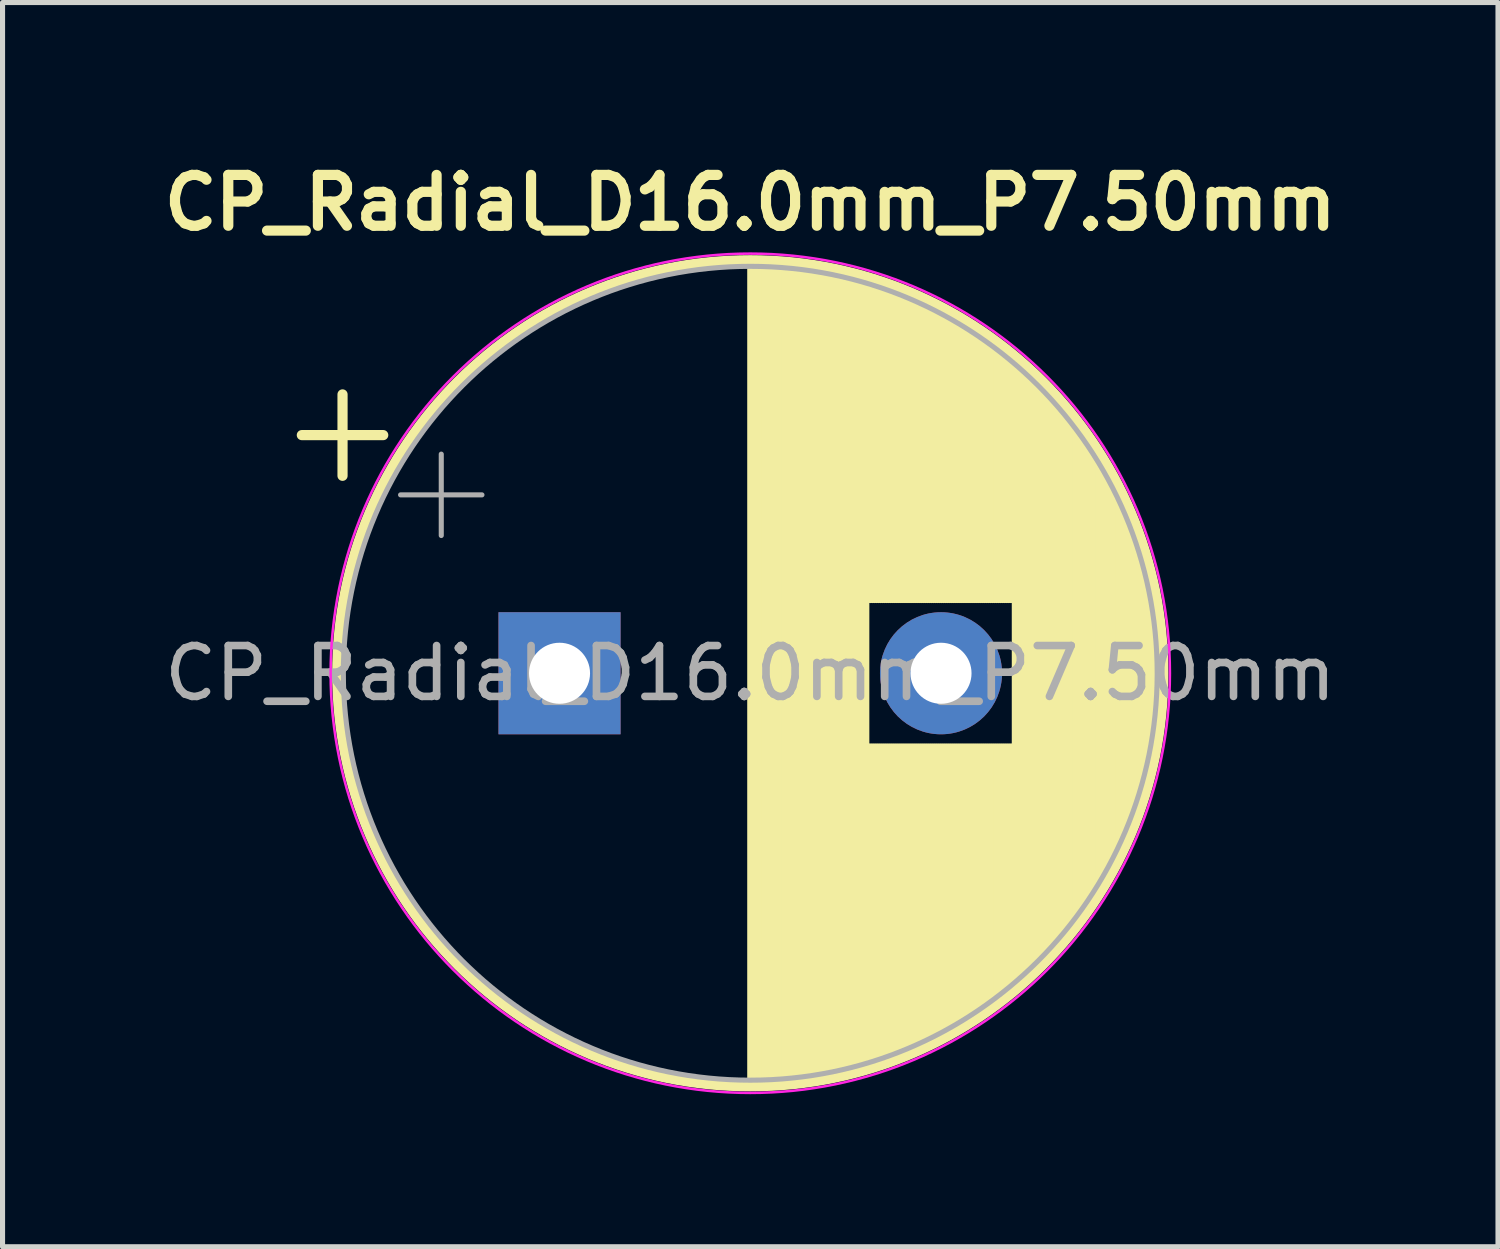
<source format=kicad_pcb>
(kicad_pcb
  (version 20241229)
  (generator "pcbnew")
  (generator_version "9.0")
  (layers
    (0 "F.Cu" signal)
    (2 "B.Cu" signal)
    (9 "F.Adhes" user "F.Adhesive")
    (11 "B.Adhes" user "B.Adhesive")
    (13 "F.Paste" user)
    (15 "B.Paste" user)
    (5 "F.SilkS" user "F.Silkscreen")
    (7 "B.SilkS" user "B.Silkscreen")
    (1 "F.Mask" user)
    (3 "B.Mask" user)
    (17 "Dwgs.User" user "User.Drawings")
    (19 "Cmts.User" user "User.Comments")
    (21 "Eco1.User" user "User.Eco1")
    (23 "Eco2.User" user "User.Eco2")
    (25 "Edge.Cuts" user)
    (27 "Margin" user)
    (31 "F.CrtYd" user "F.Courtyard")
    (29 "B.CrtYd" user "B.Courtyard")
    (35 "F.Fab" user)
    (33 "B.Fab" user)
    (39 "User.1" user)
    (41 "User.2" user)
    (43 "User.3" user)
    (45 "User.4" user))
  (footprint "CP_Radial_D16.0mm_P7.50mm"
    (layer "F.Cu")
    (at 7.95 10.186)
    (property "Reference" "CP_Radial_D16.0mm_P7.50mm" (at 3.75 -9.25 0) (layer "F.SilkS") (effects (font (size 1 1) (thickness 0.2))))
    (attr through_hole)
    (fp_line (start -5.066 -4.682) (end -3.466 -4.682) (stroke (width 0.2) (type solid)) (layer "F.SilkS"))
    (fp_line (start -4.266 -5.482) (end -4.266 -3.882) (stroke (width 0.2) (type solid)) (layer "F.SilkS"))
    (fp_line (start 3.75 -8.081) (end 3.75 8.081) (stroke (width 0.12) (type solid)) (layer "F.SilkS"))
    (fp_line (start 3.79 -8.08) (end 3.79 8.08) (stroke (width 0.12) (type solid)) (layer "F.SilkS"))
    (fp_line (start 3.83 -8.08) (end 3.83 8.08) (stroke (width 0.12) (type solid)) (layer "F.SilkS"))
    (fp_line (start 3.87 -8.08) (end 3.87 8.08) (stroke (width 0.12) (type solid)) (layer "F.SilkS"))
    (fp_line (start 3.91 -8.079) (end 3.91 8.079) (stroke (width 0.12) (type solid)) (layer "F.SilkS"))
    (fp_line (start 3.95 -8.078) (end 3.95 8.078) (stroke (width 0.12) (type solid)) (layer "F.SilkS"))
    (fp_line (start 3.99 -8.077) (end 3.99 8.077) (stroke (width 0.12) (type solid)) (layer "F.SilkS"))
    (fp_line (start 4.03 -8.076) (end 4.03 8.076) (stroke (width 0.12) (type solid)) (layer "F.SilkS"))
    (fp_line (start 4.07 -8.074) (end 4.07 8.074) (stroke (width 0.12) (type solid)) (layer "F.SilkS"))
    (fp_line (start 4.11 -8.073) (end 4.11 8.073) (stroke (width 0.12) (type solid)) (layer "F.SilkS"))
    (fp_line (start 4.15 -8.071) (end 4.15 8.071) (stroke (width 0.12) (type solid)) (layer "F.SilkS"))
    (fp_line (start 4.19 -8.069) (end 4.19 8.069) (stroke (width 0.12) (type solid)) (layer "F.SilkS"))
    (fp_line (start 4.23 -8.066) (end 4.23 8.066) (stroke (width 0.12) (type solid)) (layer "F.SilkS"))
    (fp_line (start 4.27 -8.064) (end 4.27 8.064) (stroke (width 0.12) (type solid)) (layer "F.SilkS"))
    (fp_line (start 4.31 -8.061) (end 4.31 8.061) (stroke (width 0.12) (type solid)) (layer "F.SilkS"))
    (fp_line (start 4.35 -8.058) (end 4.35 8.058) (stroke (width 0.12) (type solid)) (layer "F.SilkS"))
    (fp_line (start 4.39 -8.055) (end 4.39 8.055) (stroke (width 0.12) (type solid)) (layer "F.SilkS"))
    (fp_line (start 4.43 -8.052) (end 4.43 8.052) (stroke (width 0.12) (type solid)) (layer "F.SilkS"))
    (fp_line (start 4.471 -8.049) (end 4.471 8.049) (stroke (width 0.12) (type solid)) (layer "F.SilkS"))
    (fp_line (start 4.511 -8.045) (end 4.511 8.045) (stroke (width 0.12) (type solid)) (layer "F.SilkS"))
    (fp_line (start 4.551 -8.041) (end 4.551 8.041) (stroke (width 0.12) (type solid)) (layer "F.SilkS"))
    (fp_line (start 4.591 -8.037) (end 4.591 8.037) (stroke (width 0.12) (type solid)) (layer "F.SilkS"))
    (fp_line (start 4.631 -8.033) (end 4.631 8.033) (stroke (width 0.12) (type solid)) (layer "F.SilkS"))
    (fp_line (start 4.671 -8.028) (end 4.671 8.028) (stroke (width 0.12) (type solid)) (layer "F.SilkS"))
    (fp_line (start 4.711 -8.024) (end 4.711 8.024) (stroke (width 0.12) (type solid)) (layer "F.SilkS"))
    (fp_line (start 4.751 -8.019) (end 4.751 8.019) (stroke (width 0.12) (type solid)) (layer "F.SilkS"))
    (fp_line (start 4.791 -8.014) (end 4.791 8.014) (stroke (width 0.12) (type solid)) (layer "F.SilkS"))
    (fp_line (start 4.831 -8.008) (end 4.831 8.008) (stroke (width 0.12) (type solid)) (layer "F.SilkS"))
    (fp_line (start 4.871 -8.003) (end 4.871 8.003) (stroke (width 0.12) (type solid)) (layer "F.SilkS"))
    (fp_line (start 4.911 -7.997) (end 4.911 7.997) (stroke (width 0.12) (type solid)) (layer "F.SilkS"))
    (fp_line (start 4.951 -7.991) (end 4.951 7.991) (stroke (width 0.12) (type solid)) (layer "F.SilkS"))
    (fp_line (start 4.991 -7.985) (end 4.991 7.985) (stroke (width 0.12) (type solid)) (layer "F.SilkS"))
    (fp_line (start 5.031 -7.979) (end 5.031 7.979) (stroke (width 0.12) (type solid)) (layer "F.SilkS"))
    (fp_line (start 5.071 -7.972) (end 5.071 7.972) (stroke (width 0.12) (type solid)) (layer "F.SilkS"))
    (fp_line (start 5.111 -7.966) (end 5.111 7.966) (stroke (width 0.12) (type solid)) (layer "F.SilkS"))
    (fp_line (start 5.151 -7.959) (end 5.151 7.959) (stroke (width 0.12) (type solid)) (layer "F.SilkS"))
    (fp_line (start 5.191 -7.952) (end 5.191 7.952) (stroke (width 0.12) (type solid)) (layer "F.SilkS"))
    (fp_line (start 5.231 -7.944) (end 5.231 7.944) (stroke (width 0.12) (type solid)) (layer "F.SilkS"))
    (fp_line (start 5.271 -7.937) (end 5.271 7.937) (stroke (width 0.12) (type solid)) (layer "F.SilkS"))
    (fp_line (start 5.311 -7.929) (end 5.311 7.929) (stroke (width 0.12) (type solid)) (layer "F.SilkS"))
    (fp_line (start 5.351 -7.921) (end 5.351 7.921) (stroke (width 0.12) (type solid)) (layer "F.SilkS"))
    (fp_line (start 5.391 -7.913) (end 5.391 7.913) (stroke (width 0.12) (type solid)) (layer "F.SilkS"))
    (fp_line (start 5.431 -7.905) (end 5.431 7.905) (stroke (width 0.12) (type solid)) (layer "F.SilkS"))
    (fp_line (start 5.471 -7.896) (end 5.471 7.896) (stroke (width 0.12) (type solid)) (layer "F.SilkS"))
    (fp_line (start 5.511 -7.887) (end 5.511 7.887) (stroke (width 0.12) (type solid)) (layer "F.SilkS"))
    (fp_line (start 5.551 -7.878) (end 5.551 7.878) (stroke (width 0.12) (type solid)) (layer "F.SilkS"))
    (fp_line (start 5.591 -7.869) (end 5.591 7.869) (stroke (width 0.12) (type solid)) (layer "F.SilkS"))
    (fp_line (start 5.631 -7.86) (end 5.631 7.86) (stroke (width 0.12) (type solid)) (layer "F.SilkS"))
    (fp_line (start 5.671 -7.85) (end 5.671 7.85) (stroke (width 0.12) (type solid)) (layer "F.SilkS"))
    (fp_line (start 5.711 -7.84) (end 5.711 7.84) (stroke (width 0.12) (type solid)) (layer "F.SilkS"))
    (fp_line (start 5.751 -7.83) (end 5.751 7.83) (stroke (width 0.12) (type solid)) (layer "F.SilkS"))
    (fp_line (start 5.791 -7.82) (end 5.791 7.82) (stroke (width 0.12) (type solid)) (layer "F.SilkS"))
    (fp_line (start 5.831 -7.81) (end 5.831 7.81) (stroke (width 0.12) (type solid)) (layer "F.SilkS"))
    (fp_line (start 5.871 -7.799) (end 5.871 7.799) (stroke (width 0.12) (type solid)) (layer "F.SilkS"))
    (fp_line (start 5.911 -7.788) (end 5.911 7.788) (stroke (width 0.12) (type solid)) (layer "F.SilkS"))
    (fp_line (start 5.951 -7.777) (end 5.951 7.777) (stroke (width 0.12) (type solid)) (layer "F.SilkS"))
    (fp_line (start 5.991 -7.765) (end 5.991 7.765) (stroke (width 0.12) (type solid)) (layer "F.SilkS"))
    (fp_line (start 6.031 -7.754) (end 6.031 7.754) (stroke (width 0.12) (type solid)) (layer "F.SilkS"))
    (fp_line (start 6.071 -7.742) (end 6.071 -1.44) (stroke (width 0.12) (type solid)) (layer "F.SilkS"))
    (fp_line (start 6.071 1.44) (end 6.071 7.742) (stroke (width 0.12) (type solid)) (layer "F.SilkS"))
    (fp_line (start 6.111 -7.73) (end 6.111 -1.44) (stroke (width 0.12) (type solid)) (layer "F.SilkS"))
    (fp_line (start 6.111 1.44) (end 6.111 7.73) (stroke (width 0.12) (type solid)) (layer "F.SilkS"))
    (fp_line (start 6.151 -7.718) (end 6.151 -1.44) (stroke (width 0.12) (type solid)) (layer "F.SilkS"))
    (fp_line (start 6.151 1.44) (end 6.151 7.718) (stroke (width 0.12) (type solid)) (layer "F.SilkS"))
    (fp_line (start 6.191 -7.705) (end 6.191 -1.44) (stroke (width 0.12) (type solid)) (layer "F.SilkS"))
    (fp_line (start 6.191 1.44) (end 6.191 7.705) (stroke (width 0.12) (type solid)) (layer "F.SilkS"))
    (fp_line (start 6.231 -7.693) (end 6.231 -1.44) (stroke (width 0.12) (type solid)) (layer "F.SilkS"))
    (fp_line (start 6.231 1.44) (end 6.231 7.693) (stroke (width 0.12) (type solid)) (layer "F.SilkS"))
    (fp_line (start 6.271 -7.68) (end 6.271 -1.44) (stroke (width 0.12) (type solid)) (layer "F.SilkS"))
    (fp_line (start 6.271 1.44) (end 6.271 7.68) (stroke (width 0.12) (type solid)) (layer "F.SilkS"))
    (fp_line (start 6.311 -7.666) (end 6.311 -1.44) (stroke (width 0.12) (type solid)) (layer "F.SilkS"))
    (fp_line (start 6.311 1.44) (end 6.311 7.666) (stroke (width 0.12) (type solid)) (layer "F.SilkS"))
    (fp_line (start 6.351 -7.653) (end 6.351 -1.44) (stroke (width 0.12) (type solid)) (layer "F.SilkS"))
    (fp_line (start 6.351 1.44) (end 6.351 7.653) (stroke (width 0.12) (type solid)) (layer "F.SilkS"))
    (fp_line (start 6.391 -7.639) (end 6.391 -1.44) (stroke (width 0.12) (type solid)) (layer "F.SilkS"))
    (fp_line (start 6.391 1.44) (end 6.391 7.639) (stroke (width 0.12) (type solid)) (layer "F.SilkS"))
    (fp_line (start 6.431 -7.625) (end 6.431 -1.44) (stroke (width 0.12) (type solid)) (layer "F.SilkS"))
    (fp_line (start 6.431 1.44) (end 6.431 7.625) (stroke (width 0.12) (type solid)) (layer "F.SilkS"))
    (fp_line (start 6.471 -7.611) (end 6.471 -1.44) (stroke (width 0.12) (type solid)) (layer "F.SilkS"))
    (fp_line (start 6.471 1.44) (end 6.471 7.611) (stroke (width 0.12) (type solid)) (layer "F.SilkS"))
    (fp_line (start 6.511 -7.597) (end 6.511 -1.44) (stroke (width 0.12) (type solid)) (layer "F.SilkS"))
    (fp_line (start 6.511 1.44) (end 6.511 7.597) (stroke (width 0.12) (type solid)) (layer "F.SilkS"))
    (fp_line (start 6.551 -7.582) (end 6.551 -1.44) (stroke (width 0.12) (type solid)) (layer "F.SilkS"))
    (fp_line (start 6.551 1.44) (end 6.551 7.582) (stroke (width 0.12) (type solid)) (layer "F.SilkS"))
    (fp_line (start 6.591 -7.568) (end 6.591 -1.44) (stroke (width 0.12) (type solid)) (layer "F.SilkS"))
    (fp_line (start 6.591 1.44) (end 6.591 7.568) (stroke (width 0.12) (type solid)) (layer "F.SilkS"))
    (fp_line (start 6.631 -7.553) (end 6.631 -1.44) (stroke (width 0.12) (type solid)) (layer "F.SilkS"))
    (fp_line (start 6.631 1.44) (end 6.631 7.553) (stroke (width 0.12) (type solid)) (layer "F.SilkS"))
    (fp_line (start 6.671 -7.537) (end 6.671 -1.44) (stroke (width 0.12) (type solid)) (layer "F.SilkS"))
    (fp_line (start 6.671 1.44) (end 6.671 7.537) (stroke (width 0.12) (type solid)) (layer "F.SilkS"))
    (fp_line (start 6.711 -7.522) (end 6.711 -1.44) (stroke (width 0.12) (type solid)) (layer "F.SilkS"))
    (fp_line (start 6.711 1.44) (end 6.711 7.522) (stroke (width 0.12) (type solid)) (layer "F.SilkS"))
    (fp_line (start 6.751 -7.506) (end 6.751 -1.44) (stroke (width 0.12) (type solid)) (layer "F.SilkS"))
    (fp_line (start 6.751 1.44) (end 6.751 7.506) (stroke (width 0.12) (type solid)) (layer "F.SilkS"))
    (fp_line (start 6.791 -7.49) (end 6.791 -1.44) (stroke (width 0.12) (type solid)) (layer "F.SilkS"))
    (fp_line (start 6.791 1.44) (end 6.791 7.49) (stroke (width 0.12) (type solid)) (layer "F.SilkS"))
    (fp_line (start 6.831 -7.474) (end 6.831 -1.44) (stroke (width 0.12) (type solid)) (layer "F.SilkS"))
    (fp_line (start 6.831 1.44) (end 6.831 7.474) (stroke (width 0.12) (type solid)) (layer "F.SilkS"))
    (fp_line (start 6.871 -7.457) (end 6.871 -1.44) (stroke (width 0.12) (type solid)) (layer "F.SilkS"))
    (fp_line (start 6.871 1.44) (end 6.871 7.457) (stroke (width 0.12) (type solid)) (layer "F.SilkS"))
    (fp_line (start 6.911 -7.44) (end 6.911 -1.44) (stroke (width 0.12) (type solid)) (layer "F.SilkS"))
    (fp_line (start 6.911 1.44) (end 6.911 7.44) (stroke (width 0.12) (type solid)) (layer "F.SilkS"))
    (fp_line (start 6.951 -7.423) (end 6.951 -1.44) (stroke (width 0.12) (type solid)) (layer "F.SilkS"))
    (fp_line (start 6.951 1.44) (end 6.951 7.423) (stroke (width 0.12) (type solid)) (layer "F.SilkS"))
    (fp_line (start 6.991 -7.406) (end 6.991 -1.44) (stroke (width 0.12) (type solid)) (layer "F.SilkS"))
    (fp_line (start 6.991 1.44) (end 6.991 7.406) (stroke (width 0.12) (type solid)) (layer "F.SilkS"))
    (fp_line (start 7.031 -7.389) (end 7.031 -1.44) (stroke (width 0.12) (type solid)) (layer "F.SilkS"))
    (fp_line (start 7.031 1.44) (end 7.031 7.389) (stroke (width 0.12) (type solid)) (layer "F.SilkS"))
    (fp_line (start 7.071 -7.371) (end 7.071 -1.44) (stroke (width 0.12) (type solid)) (layer "F.SilkS"))
    (fp_line (start 7.071 1.44) (end 7.071 7.371) (stroke (width 0.12) (type solid)) (layer "F.SilkS"))
    (fp_line (start 7.111 -7.353) (end 7.111 -1.44) (stroke (width 0.12) (type solid)) (layer "F.SilkS"))
    (fp_line (start 7.111 1.44) (end 7.111 7.353) (stroke (width 0.12) (type solid)) (layer "F.SilkS"))
    (fp_line (start 7.151 -7.334) (end 7.151 -1.44) (stroke (width 0.12) (type solid)) (layer "F.SilkS"))
    (fp_line (start 7.151 1.44) (end 7.151 7.334) (stroke (width 0.12) (type solid)) (layer "F.SilkS"))
    (fp_line (start 7.191 -7.316) (end 7.191 -1.44) (stroke (width 0.12) (type solid)) (layer "F.SilkS"))
    (fp_line (start 7.191 1.44) (end 7.191 7.316) (stroke (width 0.12) (type solid)) (layer "F.SilkS"))
    (fp_line (start 7.231 -7.297) (end 7.231 -1.44) (stroke (width 0.12) (type solid)) (layer "F.SilkS"))
    (fp_line (start 7.231 1.44) (end 7.231 7.297) (stroke (width 0.12) (type solid)) (layer "F.SilkS"))
    (fp_line (start 7.271 -7.278) (end 7.271 -1.44) (stroke (width 0.12) (type solid)) (layer "F.SilkS"))
    (fp_line (start 7.271 1.44) (end 7.271 7.278) (stroke (width 0.12) (type solid)) (layer "F.SilkS"))
    (fp_line (start 7.311 -7.258) (end 7.311 -1.44) (stroke (width 0.12) (type solid)) (layer "F.SilkS"))
    (fp_line (start 7.311 1.44) (end 7.311 7.258) (stroke (width 0.12) (type solid)) (layer "F.SilkS"))
    (fp_line (start 7.351 -7.239) (end 7.351 -1.44) (stroke (width 0.12) (type solid)) (layer "F.SilkS"))
    (fp_line (start 7.351 1.44) (end 7.351 7.239) (stroke (width 0.12) (type solid)) (layer "F.SilkS"))
    (fp_line (start 7.391 -7.219) (end 7.391 -1.44) (stroke (width 0.12) (type solid)) (layer "F.SilkS"))
    (fp_line (start 7.391 1.44) (end 7.391 7.219) (stroke (width 0.12) (type solid)) (layer "F.SilkS"))
    (fp_line (start 7.431 -7.199) (end 7.431 -1.44) (stroke (width 0.12) (type solid)) (layer "F.SilkS"))
    (fp_line (start 7.431 1.44) (end 7.431 7.199) (stroke (width 0.12) (type solid)) (layer "F.SilkS"))
    (fp_line (start 7.471 -7.178) (end 7.471 -1.44) (stroke (width 0.12) (type solid)) (layer "F.SilkS"))
    (fp_line (start 7.471 1.44) (end 7.471 7.178) (stroke (width 0.12) (type solid)) (layer "F.SilkS"))
    (fp_line (start 7.511 -7.157) (end 7.511 -1.44) (stroke (width 0.12) (type solid)) (layer "F.SilkS"))
    (fp_line (start 7.511 1.44) (end 7.511 7.157) (stroke (width 0.12) (type solid)) (layer "F.SilkS"))
    (fp_line (start 7.551 -7.136) (end 7.551 -1.44) (stroke (width 0.12) (type solid)) (layer "F.SilkS"))
    (fp_line (start 7.551 1.44) (end 7.551 7.136) (stroke (width 0.12) (type solid)) (layer "F.SilkS"))
    (fp_line (start 7.591 -7.115) (end 7.591 -1.44) (stroke (width 0.12) (type solid)) (layer "F.SilkS"))
    (fp_line (start 7.591 1.44) (end 7.591 7.115) (stroke (width 0.12) (type solid)) (layer "F.SilkS"))
    (fp_line (start 7.631 -7.094) (end 7.631 -1.44) (stroke (width 0.12) (type solid)) (layer "F.SilkS"))
    (fp_line (start 7.631 1.44) (end 7.631 7.094) (stroke (width 0.12) (type solid)) (layer "F.SilkS"))
    (fp_line (start 7.671 -7.072) (end 7.671 -1.44) (stroke (width 0.12) (type solid)) (layer "F.SilkS"))
    (fp_line (start 7.671 1.44) (end 7.671 7.072) (stroke (width 0.12) (type solid)) (layer "F.SilkS"))
    (fp_line (start 7.711 -7.049) (end 7.711 -1.44) (stroke (width 0.12) (type solid)) (layer "F.SilkS"))
    (fp_line (start 7.711 1.44) (end 7.711 7.049) (stroke (width 0.12) (type solid)) (layer "F.SilkS"))
    (fp_line (start 7.751 -7.027) (end 7.751 -1.44) (stroke (width 0.12) (type solid)) (layer "F.SilkS"))
    (fp_line (start 7.751 1.44) (end 7.751 7.027) (stroke (width 0.12) (type solid)) (layer "F.SilkS"))
    (fp_line (start 7.791 -7.004) (end 7.791 -1.44) (stroke (width 0.12) (type solid)) (layer "F.SilkS"))
    (fp_line (start 7.791 1.44) (end 7.791 7.004) (stroke (width 0.12) (type solid)) (layer "F.SilkS"))
    (fp_line (start 7.831 -6.981) (end 7.831 -1.44) (stroke (width 0.12) (type solid)) (layer "F.SilkS"))
    (fp_line (start 7.831 1.44) (end 7.831 6.981) (stroke (width 0.12) (type solid)) (layer "F.SilkS"))
    (fp_line (start 7.871 -6.958) (end 7.871 -1.44) (stroke (width 0.12) (type solid)) (layer "F.SilkS"))
    (fp_line (start 7.871 1.44) (end 7.871 6.958) (stroke (width 0.12) (type solid)) (layer "F.SilkS"))
    (fp_line (start 7.911 -6.934) (end 7.911 -1.44) (stroke (width 0.12) (type solid)) (layer "F.SilkS"))
    (fp_line (start 7.911 1.44) (end 7.911 6.934) (stroke (width 0.12) (type solid)) (layer "F.SilkS"))
    (fp_line (start 7.951 -6.91) (end 7.951 -1.44) (stroke (width 0.12) (type solid)) (layer "F.SilkS"))
    (fp_line (start 7.951 1.44) (end 7.951 6.91) (stroke (width 0.12) (type solid)) (layer "F.SilkS"))
    (fp_line (start 7.991 -6.886) (end 7.991 -1.44) (stroke (width 0.12) (type solid)) (layer "F.SilkS"))
    (fp_line (start 7.991 1.44) (end 7.991 6.886) (stroke (width 0.12) (type solid)) (layer "F.SilkS"))
    (fp_line (start 8.031 -6.861) (end 8.031 -1.44) (stroke (width 0.12) (type solid)) (layer "F.SilkS"))
    (fp_line (start 8.031 1.44) (end 8.031 6.861) (stroke (width 0.12) (type solid)) (layer "F.SilkS"))
    (fp_line (start 8.071 -6.836) (end 8.071 -1.44) (stroke (width 0.12) (type solid)) (layer "F.SilkS"))
    (fp_line (start 8.071 1.44) (end 8.071 6.836) (stroke (width 0.12) (type solid)) (layer "F.SilkS"))
    (fp_line (start 8.111 -6.811) (end 8.111 -1.44) (stroke (width 0.12) (type solid)) (layer "F.SilkS"))
    (fp_line (start 8.111 1.44) (end 8.111 6.811) (stroke (width 0.12) (type solid)) (layer "F.SilkS"))
    (fp_line (start 8.151 -6.785) (end 8.151 -1.44) (stroke (width 0.12) (type solid)) (layer "F.SilkS"))
    (fp_line (start 8.151 1.44) (end 8.151 6.785) (stroke (width 0.12) (type solid)) (layer "F.SilkS"))
    (fp_line (start 8.191 -6.759) (end 8.191 -1.44) (stroke (width 0.12) (type solid)) (layer "F.SilkS"))
    (fp_line (start 8.191 1.44) (end 8.191 6.759) (stroke (width 0.12) (type solid)) (layer "F.SilkS"))
    (fp_line (start 8.231 -6.733) (end 8.231 -1.44) (stroke (width 0.12) (type solid)) (layer "F.SilkS"))
    (fp_line (start 8.231 1.44) (end 8.231 6.733) (stroke (width 0.12) (type solid)) (layer "F.SilkS"))
    (fp_line (start 8.271 -6.706) (end 8.271 -1.44) (stroke (width 0.12) (type solid)) (layer "F.SilkS"))
    (fp_line (start 8.271 1.44) (end 8.271 6.706) (stroke (width 0.12) (type solid)) (layer "F.SilkS"))
    (fp_line (start 8.311 -6.679) (end 8.311 -1.44) (stroke (width 0.12) (type solid)) (layer "F.SilkS"))
    (fp_line (start 8.311 1.44) (end 8.311 6.679) (stroke (width 0.12) (type solid)) (layer "F.SilkS"))
    (fp_line (start 8.351 -6.652) (end 8.351 -1.44) (stroke (width 0.12) (type solid)) (layer "F.SilkS"))
    (fp_line (start 8.351 1.44) (end 8.351 6.652) (stroke (width 0.12) (type solid)) (layer "F.SilkS"))
    (fp_line (start 8.391 -6.624) (end 8.391 -1.44) (stroke (width 0.12) (type solid)) (layer "F.SilkS"))
    (fp_line (start 8.391 1.44) (end 8.391 6.624) (stroke (width 0.12) (type solid)) (layer "F.SilkS"))
    (fp_line (start 8.431 -6.596) (end 8.431 -1.44) (stroke (width 0.12) (type solid)) (layer "F.SilkS"))
    (fp_line (start 8.431 1.44) (end 8.431 6.596) (stroke (width 0.12) (type solid)) (layer "F.SilkS"))
    (fp_line (start 8.471 -6.568) (end 8.471 -1.44) (stroke (width 0.12) (type solid)) (layer "F.SilkS"))
    (fp_line (start 8.471 1.44) (end 8.471 6.568) (stroke (width 0.12) (type solid)) (layer "F.SilkS"))
    (fp_line (start 8.511 -6.539) (end 8.511 -1.44) (stroke (width 0.12) (type solid)) (layer "F.SilkS"))
    (fp_line (start 8.511 1.44) (end 8.511 6.539) (stroke (width 0.12) (type solid)) (layer "F.SilkS"))
    (fp_line (start 8.551 -6.51) (end 8.551 -1.44) (stroke (width 0.12) (type solid)) (layer "F.SilkS"))
    (fp_line (start 8.551 1.44) (end 8.551 6.51) (stroke (width 0.12) (type solid)) (layer "F.SilkS"))
    (fp_line (start 8.591 -6.48) (end 8.591 -1.44) (stroke (width 0.12) (type solid)) (layer "F.SilkS"))
    (fp_line (start 8.591 1.44) (end 8.591 6.48) (stroke (width 0.12) (type solid)) (layer "F.SilkS"))
    (fp_line (start 8.631 -6.45) (end 8.631 -1.44) (stroke (width 0.12) (type solid)) (layer "F.SilkS"))
    (fp_line (start 8.631 1.44) (end 8.631 6.45) (stroke (width 0.12) (type solid)) (layer "F.SilkS"))
    (fp_line (start 8.671 -6.42) (end 8.671 -1.44) (stroke (width 0.12) (type solid)) (layer "F.SilkS"))
    (fp_line (start 8.671 1.44) (end 8.671 6.42) (stroke (width 0.12) (type solid)) (layer "F.SilkS"))
    (fp_line (start 8.711 -6.39) (end 8.711 -1.44) (stroke (width 0.12) (type solid)) (layer "F.SilkS"))
    (fp_line (start 8.711 1.44) (end 8.711 6.39) (stroke (width 0.12) (type solid)) (layer "F.SilkS"))
    (fp_line (start 8.751 -6.358) (end 8.751 -1.44) (stroke (width 0.12) (type solid)) (layer "F.SilkS"))
    (fp_line (start 8.751 1.44) (end 8.751 6.358) (stroke (width 0.12) (type solid)) (layer "F.SilkS"))
    (fp_line (start 8.791 -6.327) (end 8.791 -1.44) (stroke (width 0.12) (type solid)) (layer "F.SilkS"))
    (fp_line (start 8.791 1.44) (end 8.791 6.327) (stroke (width 0.12) (type solid)) (layer "F.SilkS"))
    (fp_line (start 8.831 -6.295) (end 8.831 -1.44) (stroke (width 0.12) (type solid)) (layer "F.SilkS"))
    (fp_line (start 8.831 1.44) (end 8.831 6.295) (stroke (width 0.12) (type solid)) (layer "F.SilkS"))
    (fp_line (start 8.871 -6.263) (end 8.871 -1.44) (stroke (width 0.12) (type solid)) (layer "F.SilkS"))
    (fp_line (start 8.871 1.44) (end 8.871 6.263) (stroke (width 0.12) (type solid)) (layer "F.SilkS"))
    (fp_line (start 8.911 -6.23) (end 8.911 -1.44) (stroke (width 0.12) (type solid)) (layer "F.SilkS"))
    (fp_line (start 8.911 1.44) (end 8.911 6.23) (stroke (width 0.12) (type solid)) (layer "F.SilkS"))
    (fp_line (start 8.951 -6.197) (end 8.951 6.197) (stroke (width 0.12) (type solid)) (layer "F.SilkS"))
    (fp_line (start 8.991 -6.163) (end 8.991 6.163) (stroke (width 0.12) (type solid)) (layer "F.SilkS"))
    (fp_line (start 9.031 -6.129) (end 9.031 6.129) (stroke (width 0.12) (type solid)) (layer "F.SilkS"))
    (fp_line (start 9.071 -6.095) (end 9.071 6.095) (stroke (width 0.12) (type solid)) (layer "F.SilkS"))
    (fp_line (start 9.111 -6.06) (end 9.111 6.06) (stroke (width 0.12) (type solid)) (layer "F.SilkS"))
    (fp_line (start 9.151 -6.025) (end 9.151 6.025) (stroke (width 0.12) (type solid)) (layer "F.SilkS"))
    (fp_line (start 9.191 -5.989) (end 9.191 5.989) (stroke (width 0.12) (type solid)) (layer "F.SilkS"))
    (fp_line (start 9.231 -5.952) (end 9.231 5.952) (stroke (width 0.12) (type solid)) (layer "F.SilkS"))
    (fp_line (start 9.271 -5.916) (end 9.271 5.916) (stroke (width 0.12) (type solid)) (layer "F.SilkS"))
    (fp_line (start 9.311 -5.878) (end 9.311 5.878) (stroke (width 0.12) (type solid)) (layer "F.SilkS"))
    (fp_line (start 9.351 -5.84) (end 9.351 5.84) (stroke (width 0.12) (type solid)) (layer "F.SilkS"))
    (fp_line (start 9.391 -5.802) (end 9.391 5.802) (stroke (width 0.12) (type solid)) (layer "F.SilkS"))
    (fp_line (start 9.431 -5.763) (end 9.431 5.763) (stroke (width 0.12) (type solid)) (layer "F.SilkS"))
    (fp_line (start 9.471 -5.724) (end 9.471 5.724) (stroke (width 0.12) (type solid)) (layer "F.SilkS"))
    (fp_line (start 9.511 -5.684) (end 9.511 5.684) (stroke (width 0.12) (type solid)) (layer "F.SilkS"))
    (fp_line (start 9.551 -5.643) (end 9.551 5.643) (stroke (width 0.12) (type solid)) (layer "F.SilkS"))
    (fp_line (start 9.591 -5.602) (end 9.591 5.602) (stroke (width 0.12) (type solid)) (layer "F.SilkS"))
    (fp_line (start 9.631 -5.56) (end 9.631 5.56) (stroke (width 0.12) (type solid)) (layer "F.SilkS"))
    (fp_line (start 9.671 -5.518) (end 9.671 5.518) (stroke (width 0.12) (type solid)) (layer "F.SilkS"))
    (fp_line (start 9.711 -5.475) (end 9.711 5.475) (stroke (width 0.12) (type solid)) (layer "F.SilkS"))
    (fp_line (start 9.751 -5.432) (end 9.751 5.432) (stroke (width 0.12) (type solid)) (layer "F.SilkS"))
    (fp_line (start 9.791 -5.388) (end 9.791 5.388) (stroke (width 0.12) (type solid)) (layer "F.SilkS"))
    (fp_line (start 9.831 -5.343) (end 9.831 5.343) (stroke (width 0.12) (type solid)) (layer "F.SilkS"))
    (fp_line (start 9.871 -5.297) (end 9.871 5.297) (stroke (width 0.12) (type solid)) (layer "F.SilkS"))
    (fp_line (start 9.911 -5.251) (end 9.911 5.251) (stroke (width 0.12) (type solid)) (layer "F.SilkS"))
    (fp_line (start 9.951 -5.204) (end 9.951 5.204) (stroke (width 0.12) (type solid)) (layer "F.SilkS"))
    (fp_line (start 9.991 -5.156) (end 9.991 5.156) (stroke (width 0.12) (type solid)) (layer "F.SilkS"))
    (fp_line (start 10.031 -5.108) (end 10.031 5.108) (stroke (width 0.12) (type solid)) (layer "F.SilkS"))
    (fp_line (start 10.071 -5.059) (end 10.071 5.059) (stroke (width 0.12) (type solid)) (layer "F.SilkS"))
    (fp_line (start 10.111 -5.009) (end 10.111 5.009) (stroke (width 0.12) (type solid)) (layer "F.SilkS"))
    (fp_line (start 10.151 -4.958) (end 10.151 4.958) (stroke (width 0.12) (type solid)) (layer "F.SilkS"))
    (fp_line (start 10.191 -4.906) (end 10.191 4.906) (stroke (width 0.12) (type solid)) (layer "F.SilkS"))
    (fp_line (start 10.231 -4.854) (end 10.231 4.854) (stroke (width 0.12) (type solid)) (layer "F.SilkS"))
    (fp_line (start 10.271 -4.8) (end 10.271 4.8) (stroke (width 0.12) (type solid)) (layer "F.SilkS"))
    (fp_line (start 10.311 -4.746) (end 10.311 4.746) (stroke (width 0.12) (type solid)) (layer "F.SilkS"))
    (fp_line (start 10.351 -4.691) (end 10.351 4.691) (stroke (width 0.12) (type solid)) (layer "F.SilkS"))
    (fp_line (start 10.391 -4.634) (end 10.391 4.634) (stroke (width 0.12) (type solid)) (layer "F.SilkS"))
    (fp_line (start 10.431 -4.577) (end 10.431 4.577) (stroke (width 0.12) (type solid)) (layer "F.SilkS"))
    (fp_line (start 10.471 -4.519) (end 10.471 4.519) (stroke (width 0.12) (type solid)) (layer "F.SilkS"))
    (fp_line (start 10.511 -4.459) (end 10.511 4.459) (stroke (width 0.12) (type solid)) (layer "F.SilkS"))
    (fp_line (start 10.551 -4.398) (end 10.551 4.398) (stroke (width 0.12) (type solid)) (layer "F.SilkS"))
    (fp_line (start 10.591 -4.336) (end 10.591 4.336) (stroke (width 0.12) (type solid)) (layer "F.SilkS"))
    (fp_line (start 10.631 -4.273) (end 10.631 4.273) (stroke (width 0.12) (type solid)) (layer "F.SilkS"))
    (fp_line (start 10.671 -4.209) (end 10.671 4.209) (stroke (width 0.12) (type solid)) (layer "F.SilkS"))
    (fp_line (start 10.711 -4.143) (end 10.711 4.143) (stroke (width 0.12) (type solid)) (layer "F.SilkS"))
    (fp_line (start 10.751 -4.076) (end 10.751 4.076) (stroke (width 0.12) (type solid)) (layer "F.SilkS"))
    (fp_line (start 10.791 -4.007) (end 10.791 4.007) (stroke (width 0.12) (type solid)) (layer "F.SilkS"))
    (fp_line (start 10.831 -3.936) (end 10.831 3.936) (stroke (width 0.12) (type solid)) (layer "F.SilkS"))
    (fp_line (start 10.871 -3.864) (end 10.871 3.864) (stroke (width 0.12) (type solid)) (layer "F.SilkS"))
    (fp_line (start 10.911 -3.79) (end 10.911 3.79) (stroke (width 0.12) (type solid)) (layer "F.SilkS"))
    (fp_line (start 10.951 -3.715) (end 10.951 3.715) (stroke (width 0.12) (type solid)) (layer "F.SilkS"))
    (fp_line (start 10.991 -3.637) (end 10.991 3.637) (stroke (width 0.12) (type solid)) (layer "F.SilkS"))
    (fp_line (start 11.031 -3.557) (end 11.031 3.557) (stroke (width 0.12) (type solid)) (layer "F.SilkS"))
    (fp_line (start 11.071 -3.475) (end 11.071 3.475) (stroke (width 0.12) (type solid)) (layer "F.SilkS"))
    (fp_line (start 11.111 -3.39) (end 11.111 3.39) (stroke (width 0.12) (type solid)) (layer "F.SilkS"))
    (fp_line (start 11.151 -3.303) (end 11.151 3.303) (stroke (width 0.12) (type solid)) (layer "F.SilkS"))
    (fp_line (start 11.191 -3.213) (end 11.191 3.213) (stroke (width 0.12) (type solid)) (layer "F.SilkS"))
    (fp_line (start 11.231 -3.12) (end 11.231 3.12) (stroke (width 0.12) (type solid)) (layer "F.SilkS"))
    (fp_line (start 11.271 -3.024) (end 11.271 3.024) (stroke (width 0.12) (type solid)) (layer "F.SilkS"))
    (fp_line (start 11.311 -2.924) (end 11.311 2.924) (stroke (width 0.12) (type solid)) (layer "F.SilkS"))
    (fp_line (start 11.351 -2.82) (end 11.351 2.82) (stroke (width 0.12) (type solid)) (layer "F.SilkS"))
    (fp_line (start 11.391 -2.711) (end 11.391 2.711) (stroke (width 0.12) (type solid)) (layer "F.SilkS"))
    (fp_line (start 11.431 -2.597) (end 11.431 2.597) (stroke (width 0.12) (type solid)) (layer "F.SilkS"))
    (fp_line (start 11.471 -2.478) (end 11.471 2.478) (stroke (width 0.12) (type solid)) (layer "F.SilkS"))
    (fp_line (start 11.511 -2.351) (end 11.511 2.351) (stroke (width 0.12) (type solid)) (layer "F.SilkS"))
    (fp_line (start 11.551 -2.218) (end 11.551 2.218) (stroke (width 0.12) (type solid)) (layer "F.SilkS"))
    (fp_line (start 11.591 -2.074) (end 11.591 2.074) (stroke (width 0.12) (type solid)) (layer "F.SilkS"))
    (fp_line (start 11.631 -1.92) (end 11.631 1.92) (stroke (width 0.12) (type solid)) (layer "F.SilkS"))
    (fp_line (start 11.671 -1.752) (end 11.671 1.752) (stroke (width 0.12) (type solid)) (layer "F.SilkS"))
    (fp_line (start 11.711 -1.564) (end 11.711 1.564) (stroke (width 0.12) (type solid)) (layer "F.SilkS"))
    (fp_line (start 11.751 -1.351) (end 11.751 1.351) (stroke (width 0.12) (type solid)) (layer "F.SilkS"))
    (fp_line (start 11.791 -1.098) (end 11.791 1.098) (stroke (width 0.12) (type solid)) (layer "F.SilkS"))
    (fp_line (start 11.831 -0.765) (end 11.831 0.765) (stroke (width 0.12) (type solid)) (layer "F.SilkS"))
    (fp_circle (center 3.75 0) (end 11.87 0) (stroke (width 0.2) (type solid)) (fill no) (layer "F.SilkS"))
    (fp_circle (center 3.75 0) (end 12 0) (stroke (width 0.05) (type solid)) (fill no) (layer "F.CrtYd"))
    (fp_line (start -3.125 -3.507) (end -1.525 -3.507) (stroke (width 0.1) (type solid)) (layer "F.Fab"))
    (fp_line (start -2.325 -4.308) (end -2.325 -2.708) (stroke (width 0.1) (type solid)) (layer "F.Fab"))
    (fp_circle (center 3.75 0) (end 11.75 0) (stroke (width 0.1) (type solid)) (fill no) (layer "F.Fab"))
    (fp_text user "${REFERENCE}" (at 3.75 0 0) (layer "F.Fab") (effects (font (size 1 1) (thickness 0.15))))
    (pad "1" thru_hole rect (at 0 0) (size 2.4 2.4) (drill 1.2) (layers "*.Cu" "*.Mask"))
    (pad "2" thru_hole circle (at 7.5 0) (size 2.4 2.4) (drill 1.2) (layers "*.Cu" "*.Mask")))
  (gr_rect
    (start -3 -3)
    (end 26.4 21.461)
    (stroke (width 0.1) (type default))
    (fill no)
    (layer "Edge.Cuts")))
</source>
